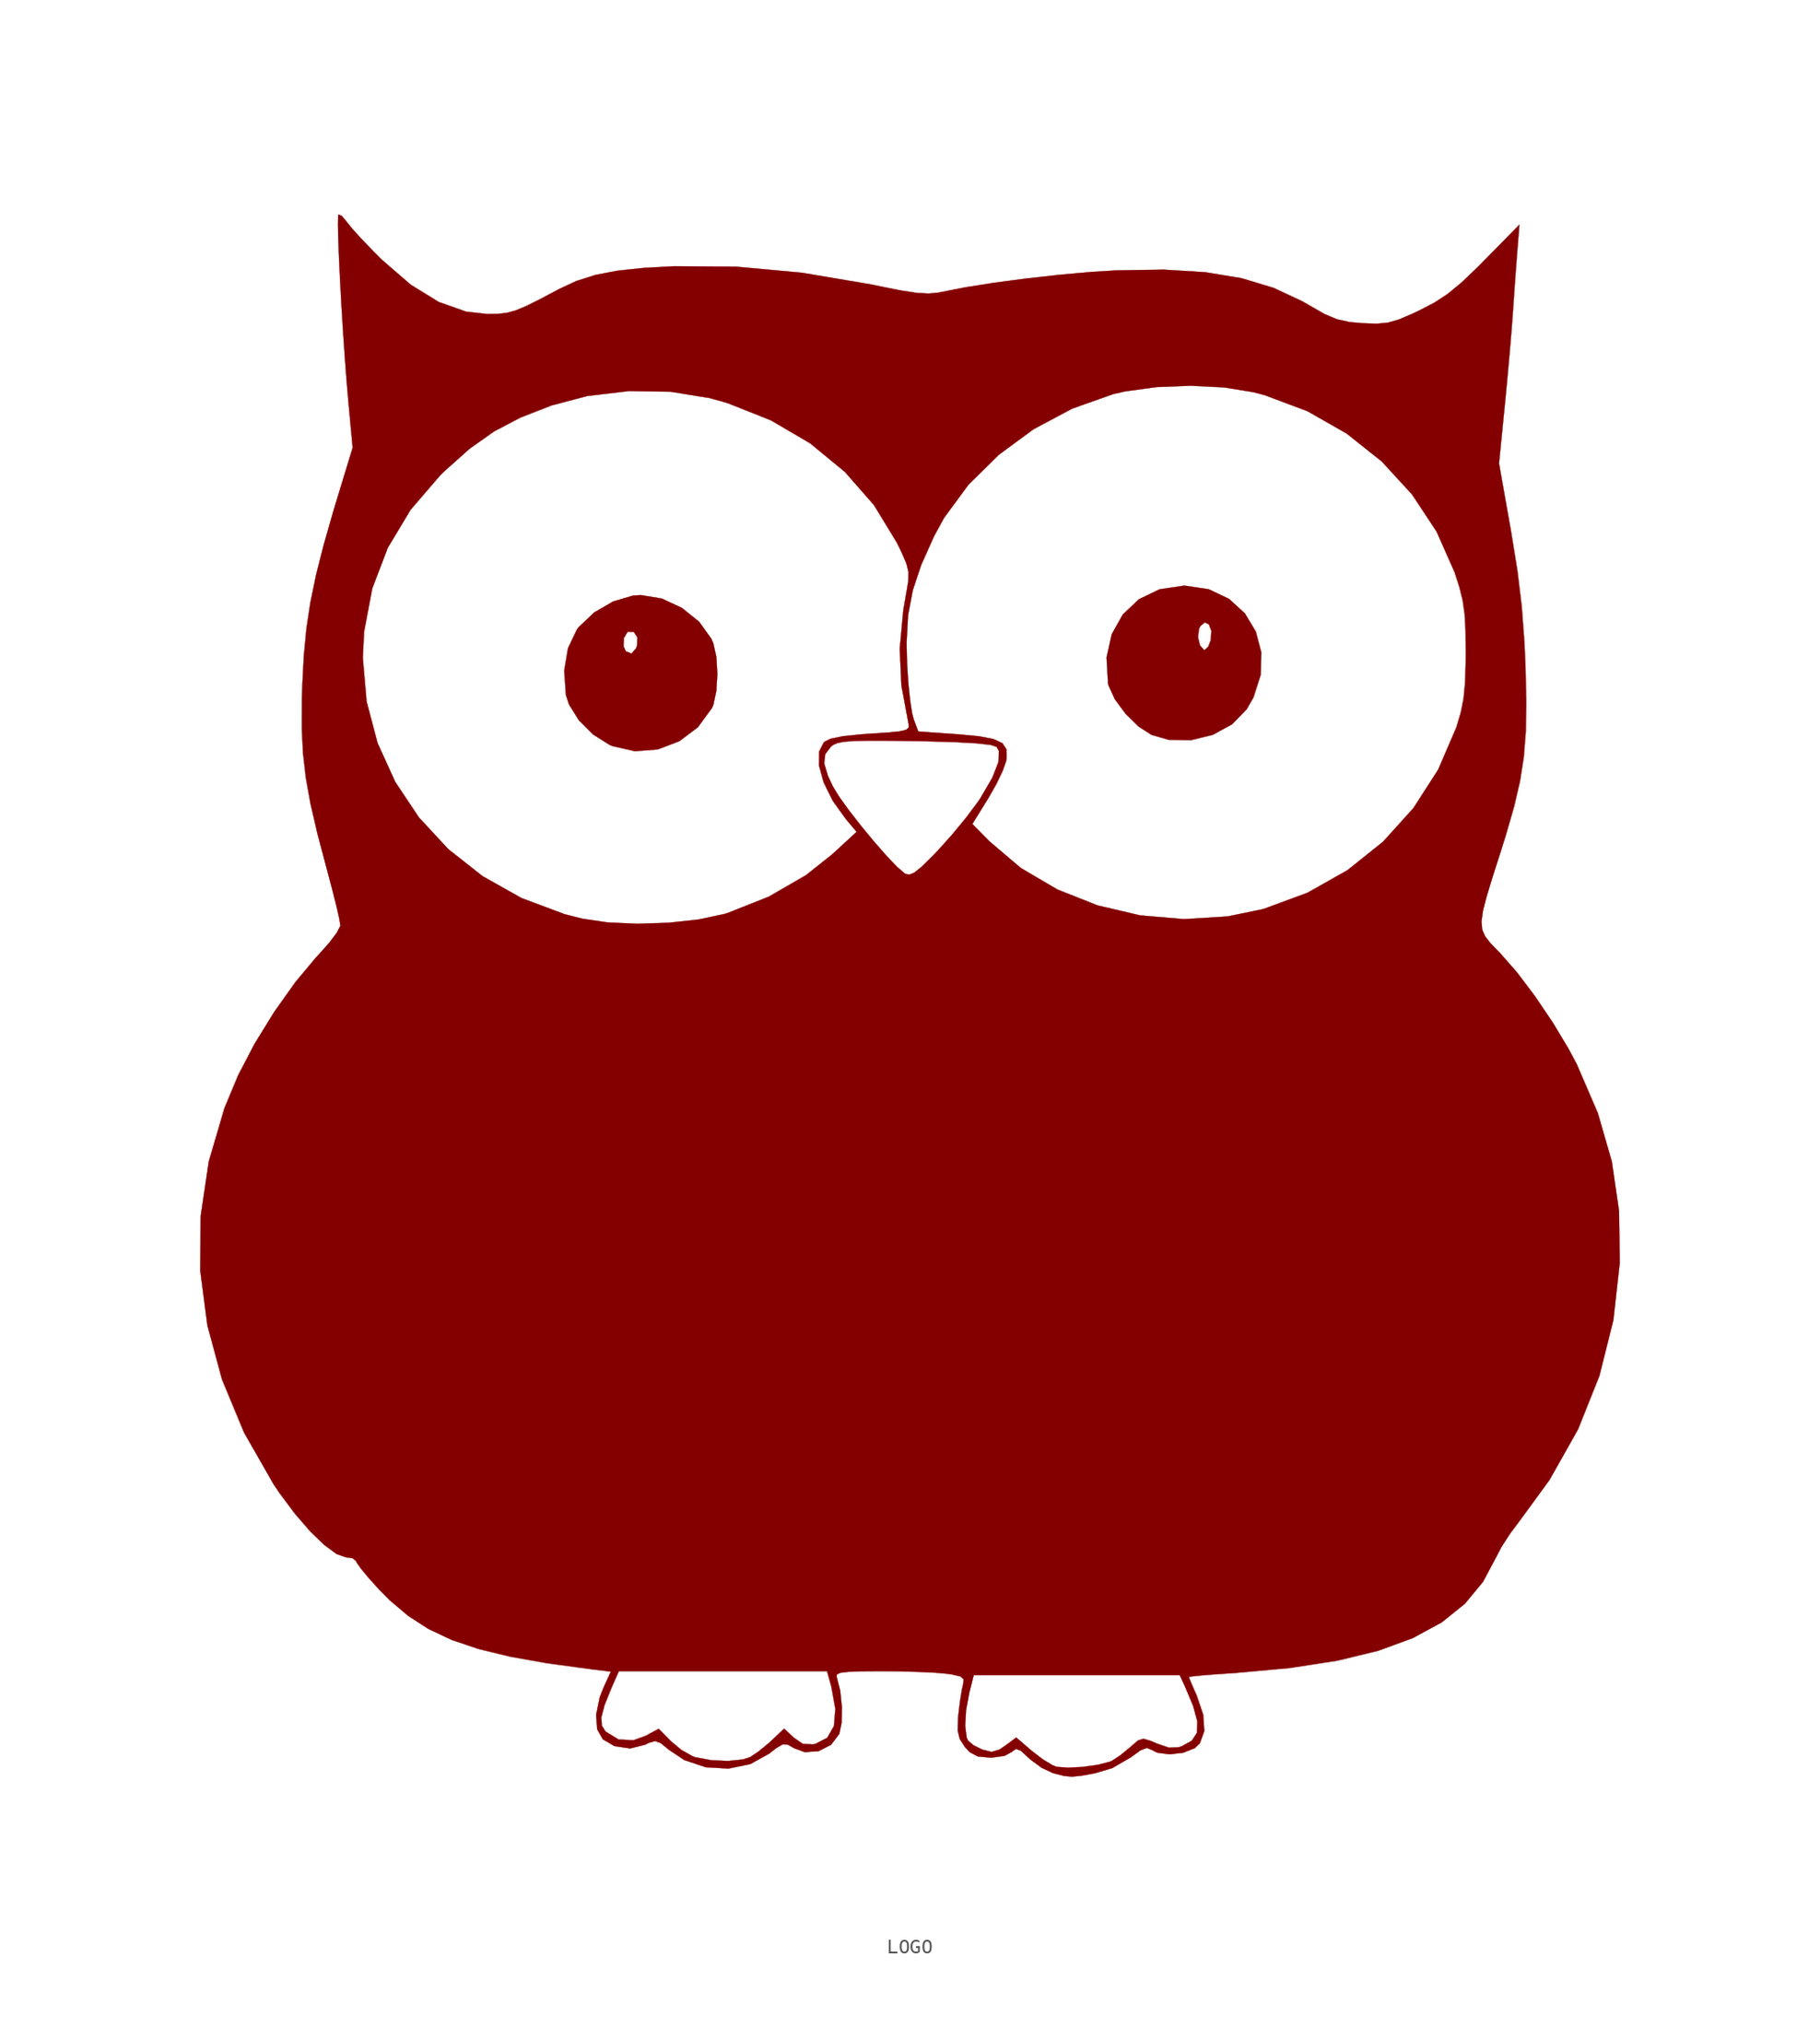
<source format=kicad_sym>
(kicad_symbol_lib
  (version 20220914)
  (generator "bitmap2component")
  (generator_version "9.0")
  (symbol "LOGO"
    (pin_names
      (offset 1.016))
    (property "Reference" "#G"
      (at 0 53.272 0)
      (effects (font (size 1.27 1.27)) hide))
    (symbol "LOGO_0_0"
      (polyline (pts (xy 11.774 -53.803) (xy 12.725 -53.632) (xy 13.922 -53.273) (xy 15.207 -52.529) (xy 15.85 -52.059) (xy 16.295 -51.891) (xy 16.623 -52.02) (xy 17.015 -52.217) (xy 17.862 -52.329) (xy 18.802 -52.22) (xy 19.597 -51.902) (xy 19.943 -51.571) (xy 20.247 -50.73) (xy 20.173 -49.607) (xy 19.72 -48.271) (xy 19.544 -47.881) (xy 19.287 -47.284) (xy 19.185 -47.014) (xy 19.353 -46.976) (xy 19.962 -46.911) (xy 20.911 -46.833) (xy 22.09 -46.752) (xy 22.366 -46.734) (xy 26.13 -46.391) (xy 29.404 -45.885) (xy 32.218 -45.201) (xy 34.599 -44.329) (xy 36.575 -43.256) (xy 38.174 -41.969) (xy 39.425 -40.456) (xy 40.355 -38.705) (xy 40.7 -38.045) (xy 41.299 -37.121) (xy 41.989 -36.201) (xy 43.993 -33.458) (xy 45.96 -29.965) (xy 47.429 -26.289) (xy 48.388 -22.46) (xy 48.827 -18.51) (xy 48.776 -14.944) (xy 48.283 -11.553) (xy 47.324 -8.231) (xy 45.873 -4.864) (xy 45.308 -3.8) (xy 44.219 -1.987) (xy 42.999 -0.179) (xy 41.76 1.46) (xy 40.617 2.765) (xy 40.436 2.949) (xy 39.926 3.48) (xy 39.569 3.938) (xy 39.365 4.406) (xy 39.315 4.969) (xy 39.419 5.712) (xy 39.679 6.719) (xy 40.093 8.075) (xy 40.664 9.863) (xy 40.991 10.906) (xy 41.562 12.887) (xy 41.967 14.633) (xy 42.227 16.299) (xy 42.363 18.04) (xy 42.395 20.008) (xy 42.345 22.359) (xy 42.27 24.125) (xy 42.085 26.612) (xy 41.79 29.062) (xy 41.356 31.75) (xy 40.519 36.479) (xy 40.921 40.532) (xy 40.956 40.883) (xy 41.115 42.567) (xy 41.265 44.247) (xy 41.39 45.744) (xy 41.474 46.882) (xy 41.48 46.97) (xy 41.576 48.363) (xy 41.681 49.82) (xy 41.774 51.039) (xy 41.923 52.899) (xy 39.503 50.433) (xy 39.034 49.96) (xy 37.932 48.91) (xy 36.987 48.134) (xy 36.063 47.529) (xy 35.024 46.989) (xy 34.597 46.788) (xy 33.634 46.376) (xy 32.873 46.158) (xy 32.11 46.087) (xy 31.141 46.119) (xy 30.249 46.199) (xy 29.381 46.387) (xy 28.525 46.748) (xy 27.458 47.357) (xy 27 47.624) (xy 25.014 48.553) (xy 22.809 49.218) (xy 20.316 49.631) (xy 17.465 49.806) (xy 14.186 49.756) (xy 12.48 49.65) (xy 10.293 49.455) (xy 8.014 49.2) (xy 5.8 48.906) (xy 3.81 48.591) (xy 2.203 48.275) (xy 1.967 48.227) (xy 1.297 48.163) (xy 0.491 48.206) (xy -0.578 48.367) (xy -2.04 48.658) (xy -2.675 48.79) (xy -7.443 49.596) (xy -11.931 50.01) (xy -16.213 50.041) (xy -18.326 49.926) (xy -20.152 49.73) (xy -21.654 49.438) (xy -22.943 49.027) (xy -24.128 48.475) (xy -25.411 47.793) (xy -26.384 47.306) (xy -27.118 47) (xy -27.731 46.833) (xy -28.339 46.764) (xy -29.062 46.751) (xy -30.539 46.917) (xy -32.42 47.585) (xy -34.346 48.774) (xy -36.33 50.491) (xy -36.861 51.021) (xy -37.694 51.885) (xy -38.354 52.611) (xy -38.732 53.081) (xy -39.081 53.505) (xy -39.309 53.599) (xy -39.332 53.49) (xy -39.345 52.92) (xy -39.324 51.941) (xy -39.275 50.636) (xy -39.201 49.09) (xy -39.108 47.386) (xy -38.999 45.609) (xy -38.879 43.84) (xy -38.752 42.165) (xy -38.623 40.667) (xy -38.334 37.56) (xy -39.323 34.317) (xy -39.629 33.306) (xy -40.325 30.877) (xy -40.856 28.779) (xy -41.245 26.888) (xy -41.516 25.08) (xy -41.692 23.229) (xy -41.698 23.103) (xy -37.638 23.103) (xy -37.549 24.901) (xy -36.987 27.873) (xy -35.918 30.678) (xy -34.354 33.284) (xy -32.308 35.665) (xy -32.007 35.959) (xy -30.288 37.491) (xy -28.61 38.677) (xy -26.795 39.632) (xy -24.66 40.467) (xy -22.203 41.114) (xy -19.344 41.455) (xy -16.472 41.412) (xy -13.774 40.975) (xy -12.554 40.632) (xy -9.564 39.444) (xy -6.854 37.853) (xy -4.474 35.896) (xy -2.474 33.611) (xy -0.903 31.038) (xy -0.588 30.392) (xy -0.246 29.604) (xy -0.097 29.006) (xy -0.105 28.418) (xy -0.233 27.66) (xy -0.453 26.398) (xy -0.66 24.15) (xy -0.233 24.15) (xy -0.13 26.029) (xy 0.193 27.749) (xy 0.776 29.501) (xy 1.661 31.48) (xy 2.344 32.726) (xy 4.026 35.013) (xy 6.11 37.072) (xy 8.517 38.84) (xy 11.165 40.251) (xy 13.973 41.244) (xy 14.79 41.432) (xy 16.968 41.73) (xy 19.318 41.823) (xy 21.617 41.705) (xy 23.644 41.375) (xy 24.411 41.173) (xy 27.338 40.074) (xy 30.039 38.535) (xy 32.459 36.609) (xy 34.54 34.344) (xy 36.226 31.791) (xy 37.462 29.001) (xy 37.795 27.974) (xy 38.023 27.056) (xy 38.157 26.122) (xy 38.219 24.998) (xy 38.234 23.509) (xy 38.23 22.776) (xy 38.189 21.391) (xy 38.085 20.307) (xy 37.898 19.357) (xy 37.606 18.375) (xy 37.591 18.328) (xy 36.337 15.411) (xy 34.641 12.772) (xy 32.547 10.453) (xy 30.098 8.493) (xy 27.339 6.936) (xy 24.312 5.82) (xy 21.868 5.313) (xy 18.848 5.125) (xy 15.832 5.384) (xy 12.902 6.07) (xy 10.142 7.163) (xy 7.632 8.641) (xy 5.456 10.485) (xy 4.291 11.672) (xy 5.362 13.402) (xy 5.388 13.444) (xy 5.941 14.418) (xy 6.379 15.326) (xy 6.608 15.977) (xy 6.65 16.211) (xy 6.639 16.804) (xy 6.363 17.225) (xy 5.754 17.513) (xy 4.742 17.707) (xy 3.26 17.846) (xy 0.57 18.037) (xy 0.253 18.881) (xy 0.147 19.29) (xy 0.007 20.206) (xy -0.115 21.395) (xy -0.199 22.703) (xy -0.233 24.15) (xy -0.66 24.15) (xy -0.699 23.722) (xy -0.584 21.189) (xy -0.104 18.619) (xy -0.085 18.535) (xy -0.084 18.306) (xy -0.257 18.151) (xy -0.695 18.047) (xy -1.49 17.966) (xy -2.733 17.884) (xy -3.218 17.852) (xy -4.575 17.716) (xy -5.456 17.538) (xy -5.913 17.306) (xy -6.243 16.66) (xy -6.251 15.844) (xy -5.9 15.844) (xy -5.828 16.477) (xy -5.433 16.998) (xy -5.281 17.114) (xy -4.987 17.243) (xy -4.537 17.332) (xy -3.854 17.384) (xy -2.86 17.406) (xy -1.48 17.402) (xy 0.364 17.378) (xy 1.067 17.365) (xy 3.098 17.306) (xy 4.591 17.223) (xy 5.545 17.115) (xy 5.959 16.983) (xy 6.119 16.703) (xy 6.09 15.937) (xy 5.661 14.841) (xy 4.838 13.434) (xy 4.653 13.161) (xy 3.861 12.103) (xy 2.902 10.938) (xy 1.944 9.872) (xy 1.588 9.501) (xy 0.827 8.748) (xy 0.307 8.328) (xy -0.053 8.182) (xy -0.333 8.252) (xy -0.365 8.273) (xy -0.883 8.719) (xy -1.615 9.485) (xy -2.471 10.46) (xy -3.358 11.534) (xy -4.186 12.596) (xy -4.862 13.537) (xy -5.296 14.245) (xy -5.643 14.982) (xy -5.9 15.844) (xy -6.251 15.844) (xy -6.252 15.689) (xy -5.932 14.527) (xy -5.309 13.271) (xy -4.412 12.019) (xy -3.665 11.13) (xy -5.346 9.584) (xy -7.151 8.15) (xy -9.714 6.667) (xy -12.565 5.539) (xy -12.757 5.481) (xy -14.512 5.106) (xy -16.565 4.879) (xy -18.721 4.807) (xy -20.78 4.897) (xy -22.546 5.157) (xy -23.77 5.47) (xy -26.718 6.572) (xy -29.393 8.077) (xy -31.758 9.941) (xy -33.776 12.12) (xy -35.41 14.569) (xy -36.623 17.245) (xy -37.378 20.105) (xy -37.638 23.103) (xy -41.698 23.103) (xy -41.796 21.212) (xy -41.826 20.204) (xy -41.833 18.289) (xy -41.749 16.555) (xy -41.556 14.864) (xy -41.235 13.078) (xy -40.769 11.058) (xy -40.138 8.668) (xy -40.066 8.404) (xy -39.72 7.094) (xy -39.438 5.967) (xy -39.25 5.133) (xy -39.181 4.707) (xy -39.187 4.656) (xy -39.427 4.19) (xy -39.943 3.502) (xy -40.639 2.72) (xy -40.842 2.504) (xy -42.279 0.784) (xy -43.729 -1.256) (xy -45.076 -3.442) (xy -46.202 -5.599) (xy -47.153 -7.874) (xy -48.233 -11.552) (xy -48.787 -15.288) (xy -48.819 -19.05) (xy -48.331 -22.809) (xy -47.325 -26.533) (xy -45.805 -30.191) (xy -43.772 -33.754) (xy -43.361 -34.365) (xy -42.31 -35.77) (xy -41.261 -36.982) (xy -40.279 -37.933) (xy -39.434 -38.553) (xy -38.793 -38.776) (xy -38.332 -38.842) (xy -38.1 -39.036) (xy -38.07 -39.117) (xy -37.769 -39.547) (xy -37.213 -40.216) (xy -36.487 -41.02) (xy -35.773 -41.741) (xy -34.507 -42.811) (xy -33.115 -43.707) (xy -31.526 -44.456) (xy -29.673 -45.082) (xy -27.487 -45.612) (xy -24.899 -46.072) (xy -21.839 -46.486) (xy -20.575 -46.639) (xy -21.09 -47.774) (xy -21.341 -48.417) (xy -21.585 -49.601) (xy -21.573 -49.784) (xy -21.231 -49.784) (xy -21.014 -48.952) (xy -20.532 -47.76) (xy -20.026 -46.612) (xy -12.863 -46.612) (xy -5.7 -46.612) (xy -5.418 -47.625) (xy -5.402 -47.686) (xy -5.129 -49.209) (xy -5.226 -50.386) (xy -5.687 -51.195) (xy -6.505 -51.615) (xy -6.687 -51.65) (xy -7.369 -51.613) (xy -7.997 -51.182) (xy -8.653 -50.565) (xy -9.528 -51.393) (xy -9.728 -51.576) (xy -10.424 -52.147) (xy -10.993 -52.524) (xy -11.498 -52.687) (xy -12.513 -52.79) (xy -13.674 -52.739) (xy -14.761 -52.533) (xy -14.94 -52.47) (xy -15.714 -52.035) (xy -16.445 -51.431) (xy -17.282 -50.574) (xy -18.193 -51.064) (xy -19.01 -51.362) (xy -20.046 -51.312) (xy -20.942 -50.761) (xy -21.198 -50.357) (xy -21.231 -49.784) (xy -21.573 -49.784) (xy -21.515 -50.603) (xy -21.127 -51.295) (xy -20.328 -51.763) (xy -19.245 -51.928) (xy -18.211 -51.665) (xy -17.976 -51.545) (xy -17.537 -51.416) (xy -17.137 -51.562) (xy -16.559 -52.032) (xy -15.52 -52.724) (xy -14.046 -53.216) (xy -12.485 -53.31) (xy -10.983 -53.002) (xy -9.685 -52.284) (xy -9.209 -51.911) (xy -8.756 -51.646) (xy -8.403 -51.66) (xy -7.963 -51.911) (xy -7.232 -52.181) (xy -6.284 -52.112) (xy -5.431 -51.676) (xy -4.862 -50.93) (xy -4.703 -50.173) (xy -4.681 -49.099) (xy -4.796 -47.967) (xy -5.038 -47.014) (xy -5.041 -47.004) (xy -5.028 -46.835) (xy -4.793 -46.722) (xy -4.256 -46.654) (xy -3.337 -46.62) (xy -1.958 -46.612) (xy -0.772 -46.622) (xy 0.597 -46.659) (xy 1.76 -46.716) (xy 2.55 -46.786) (xy 2.885 -46.835) (xy 3.481 -46.972) (xy 3.699 -47.178) (xy 3.656 -47.529) (xy 3.584 -47.84) (xy 3.452 -48.638) (xy 3.336 -49.584) (xy 3.312 -49.836) (xy 3.297 -50.373) (xy 3.797 -50.373) (xy 3.86 -49.287) (xy 4.085 -48.082) (xy 4.388 -46.882) (xy 11.473 -46.882) (xy 18.558 -46.882) (xy 18.902 -47.625) (xy 19.476 -48.985) (xy 19.772 -50.066) (xy 19.745 -50.845) (xy 19.391 -51.392) (xy 18.706 -51.774) (xy 18.484 -51.846) (xy 17.808 -51.872) (xy 16.959 -51.582) (xy 16.573 -51.411) (xy 16.063 -51.261) (xy 15.683 -51.382) (xy 15.193 -51.804) (xy 15.14 -51.852) (xy 14.478 -52.395) (xy 13.895 -52.778) (xy 13.742 -52.844) (xy 12.938 -53.051) (xy 11.902 -53.196) (xy 10.875 -53.252) (xy 10.097 -53.193) (xy 9.82 -53.087) (xy 9.153 -52.687) (xy 8.416 -52.122) (xy 7.312 -51.177) (xy 6.545 -51.745) (xy 6.152 -52.008) (xy 5.618 -52.166) (xy 4.988 -52.012) (xy 4.379 -51.711) (xy 3.995 -51.391) (xy 3.901 -51.177) (xy 3.797 -50.373) (xy 3.297 -50.373) (xy 3.288 -50.688) (xy 3.428 -51.275) (xy 3.774 -51.813) (xy 4.112 -52.18) (xy 4.679 -52.48) (xy 5.526 -52.556) (xy 5.656 -52.554) (xy 6.508 -52.433) (xy 7.02 -52.158) (xy 7.028 -52.148) (xy 7.292 -51.956) (xy 7.619 -52.076) (xy 8.152 -52.56) (xy 8.275 -52.677) (xy 9.05 -53.248) (xy 9.813 -53.61) (xy 9.985 -53.659) (xy 10.616 -53.818) (xy 11.142 -53.865) (xy 11.774 -53.803)) (stroke (width 0.01) (type default)) (fill (type outline)))
      (polyline (pts (xy -17.345 16.806) (xy -15.866 17.368) (xy -14.588 18.327) (xy -13.622 19.645) (xy -13.523 19.878) (xy -13.32 20.826) (xy -13.251 21.995) (xy -13.318 23.162) (xy -13.528 24.099) (xy -13.668 24.42) (xy -14.5 25.582) (xy -15.683 26.534) (xy -17.071 27.179) (xy -18.52 27.421) (xy -19.057 27.381) (xy -20.415 26.98) (xy -21.722 26.223) (xy -22.788 25.208) (xy -22.907 25.05) (xy -23.461 23.887) (xy -19.7 23.887) (xy -19.68 24.462) (xy -19.432 24.874) (xy -19.393 24.896) (xy -18.994 24.885) (xy -18.748 24.512) (xy -18.771 23.941) (xy -18.838 23.758) (xy -19.152 23.391) (xy -19.545 23.553) (xy -19.7 23.887) (xy -23.461 23.887) (xy -23.519 23.767) (xy -23.78 22.216) (xy -23.663 20.546) (xy -23.451 19.893) (xy -22.773 18.81) (xy -21.8 17.834) (xy -20.674 17.122) (xy -20.465 17.033) (xy -18.914 16.681) (xy -17.345 16.806)) (stroke (width 0.01) (type default)) (fill (type outline)))
      (polyline (pts (xy 20.834 17.81) (xy 22.159 18.531) (xy 23.163 19.568) (xy 23.63 20.381) (xy 24.127 21.936) (xy 24.168 23.47) (xy 23.793 24.903) (xy 23.04 26.158) (xy 21.95 27.156) (xy 20.562 27.817) (xy 18.915 28.063) (xy 18.842 28.063) (xy 17.172 27.816) (xy 15.755 27.134) (xy 14.642 26.082) (xy 13.882 24.724) (xy 13.837 24.522) (xy 19.815 24.522) (xy 19.883 25.092) (xy 19.969 25.276) (xy 20.277 25.544) (xy 20.565 25.407) (xy 20.736 24.962) (xy 20.692 24.304) (xy 20.523 23.872) (xy 20.279 23.644) (xy 20.214 23.654) (xy 19.947 23.963) (xy 19.815 24.522) (xy 13.837 24.522) (xy 13.527 23.124) (xy 13.628 21.348) (xy 13.661 21.204) (xy 14.094 20.258) (xy 14.83 19.259) (xy 15.72 18.383) (xy 16.618 17.804) (xy 17.795 17.467) (xy 19.331 17.442) (xy 20.834 17.81)) (stroke (width 0.01) (type default)) (fill (type outline))))))
</source>
